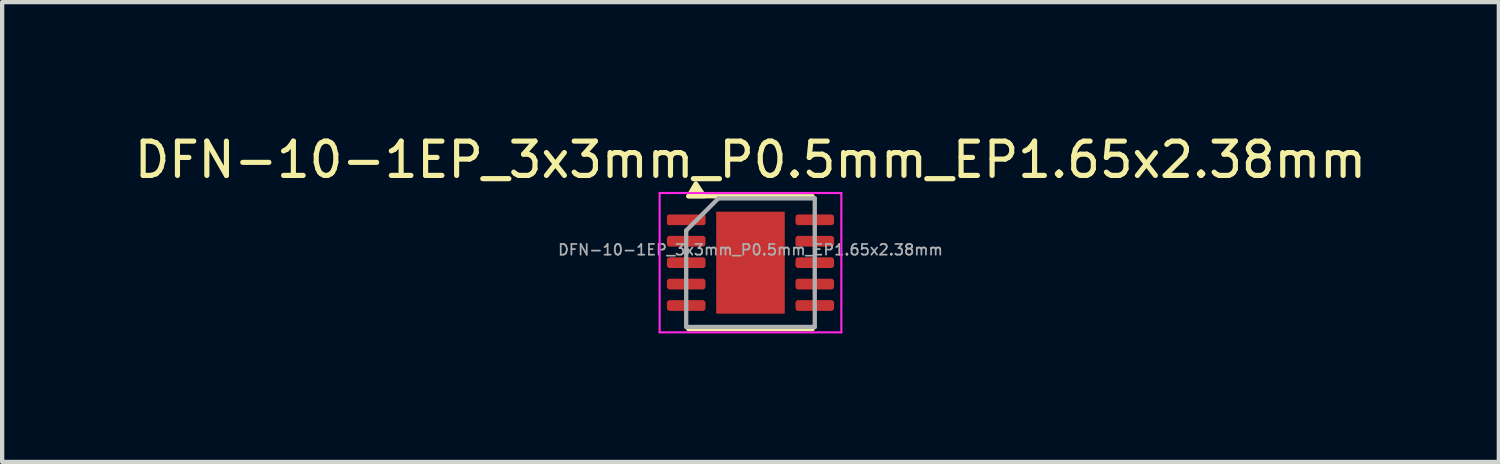
<source format=kicad_pcb>
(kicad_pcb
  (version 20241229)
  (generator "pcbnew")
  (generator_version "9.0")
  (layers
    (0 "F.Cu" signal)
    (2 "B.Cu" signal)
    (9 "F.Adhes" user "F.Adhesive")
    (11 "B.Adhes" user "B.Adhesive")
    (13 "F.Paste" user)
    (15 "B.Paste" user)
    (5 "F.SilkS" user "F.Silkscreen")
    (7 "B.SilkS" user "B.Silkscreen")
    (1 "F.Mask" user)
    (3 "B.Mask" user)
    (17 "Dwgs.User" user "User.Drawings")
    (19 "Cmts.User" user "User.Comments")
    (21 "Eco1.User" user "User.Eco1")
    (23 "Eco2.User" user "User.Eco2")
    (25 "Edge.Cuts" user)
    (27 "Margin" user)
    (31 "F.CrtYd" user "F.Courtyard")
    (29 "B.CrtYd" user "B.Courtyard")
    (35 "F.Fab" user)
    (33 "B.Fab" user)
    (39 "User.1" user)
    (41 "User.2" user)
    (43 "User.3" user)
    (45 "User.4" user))
  (footprint "DFN-10-1EP_3x3mm_P0.5mm_EP1.65x2.38mm"
    (layer "F.Cu")
    (at 14.462 3.079)
    (property "Reference" "DFN-10-1EP_3x3mm_P0.5mm_EP1.65x2.38mm" (at 0 -2.4 0) (layer "F.SilkS") (effects (font (size 0.8 0.8) (thickness 0.12))))
    (attr smd)
    (fp_line (start -1.45 -1.55) (end 1.45 -1.55) (stroke (width 0.1) (type solid)) (layer "F.SilkS"))
    (fp_line (start -1.45 1.55) (end 1.45 1.55) (stroke (width 0.1) (type solid)) (layer "F.SilkS"))
    (fp_poly (pts (xy -1.45 -1.55) (xy -1.275 -1.85) (xy -1.075 -1.55)) (stroke (width 0.1) (type solid)) (fill yes) (layer "F.SilkS"))
    (fp_line (start -2.12 -1.625) (end -2.12 1.625) (stroke (width 0.05) (type solid)) (layer "F.CrtYd"))
    (fp_line (start -2.12 1.625) (end 2.12 1.625) (stroke (width 0.05) (type solid)) (layer "F.CrtYd"))
    (fp_line (start 2.12 -1.625) (end -2.12 -1.625) (stroke (width 0.05) (type solid)) (layer "F.CrtYd"))
    (fp_line (start 2.12 1.625) (end 2.12 -1.625) (stroke (width 0.05) (type solid)) (layer "F.CrtYd"))
    (fp_line (start -1.5 -0.75) (end -0.75 -1.5) (stroke (width 0.1) (type solid)) (layer "F.Fab"))
    (fp_line (start -1.5 1.5) (end -1.5 -0.75) (stroke (width 0.1) (type solid)) (layer "F.Fab"))
    (fp_line (start -0.75 -1.5) (end 1.5 -1.5) (stroke (width 0.1) (type solid)) (layer "F.Fab"))
    (fp_line (start 1.5 -1.5) (end 1.5 1.5) (stroke (width 0.1) (type solid)) (layer "F.Fab"))
    (fp_line (start 1.5 1.5) (end -1.5 1.5) (stroke (width 0.1) (type solid)) (layer "F.Fab"))
    (fp_text user "${REFERENCE}" (at 0 -0.3 0) (layer "F.Fab") (effects (font (size 0.25 0.25) (thickness 0.04))))
    (pad "" smd roundrect (at -0.41 -0.595) (size 0.67 0.96) (layers "F.Paste") (roundrect_rratio 0.25))
    (pad "" smd roundrect (at -0.41 0.595) (size 0.67 0.96) (layers "F.Paste") (roundrect_rratio 0.25))
    (pad "" smd roundrect (at 0.41 -0.595) (size 0.67 0.96) (layers "F.Paste") (roundrect_rratio 0.25))
    (pad "" smd roundrect (at 0.41 0.595) (size 0.67 0.96) (layers "F.Paste") (roundrect_rratio 0.25))
    (pad "1" smd roundrect (at -1.5 -1) (size 0.9 0.25) (layers "F.Cu" "F.Mask" "F.Paste") (roundrect_rratio 0.2))
    (pad "2" smd roundrect (at -1.5 -0.5) (size 0.9 0.25) (layers "F.Cu" "F.Mask" "F.Paste") (roundrect_rratio 0.25))
    (pad "3" smd roundrect (at -1.5 0) (size 0.9 0.25) (layers "F.Cu" "F.Mask" "F.Paste") (roundrect_rratio 0.25))
    (pad "4" smd roundrect (at -1.5 0.5) (size 0.9 0.25) (layers "F.Cu" "F.Mask" "F.Paste") (roundrect_rratio 0.25))
    (pad "5" smd roundrect (at -1.5 1) (size 0.9 0.25) (layers "F.Cu" "F.Mask" "F.Paste") (roundrect_rratio 0.25))
    (pad "6" smd roundrect (at 1.5 1) (size 0.9 0.25) (layers "F.Cu" "F.Mask" "F.Paste") (roundrect_rratio 0.25))
    (pad "7" smd roundrect (at 1.5 0.5) (size 0.9 0.25) (layers "F.Cu" "F.Mask" "F.Paste") (roundrect_rratio 0.25))
    (pad "8" smd roundrect (at 1.5 0) (size 0.9 0.25) (layers "F.Cu" "F.Mask" "F.Paste") (roundrect_rratio 0.25))
    (pad "9" smd roundrect (at 1.5 -0.5) (size 0.9 0.25) (layers "F.Cu" "F.Mask" "F.Paste") (roundrect_rratio 0.25))
    (pad "10" smd roundrect (at 1.5 -1) (size 0.9 0.25) (layers "F.Cu" "F.Mask" "F.Paste") (roundrect_rratio 0.25))
    (pad "11" smd rect (at 0 0) (size 1.6 2.38) (layers "F.Cu" "F.Mask")))
  (gr_rect
    (start -3 -3)
    (end 31.924 7.729)
    (stroke (width 0.1) (type default))
    (fill no)
    (layer "Edge.Cuts")))
</source>
